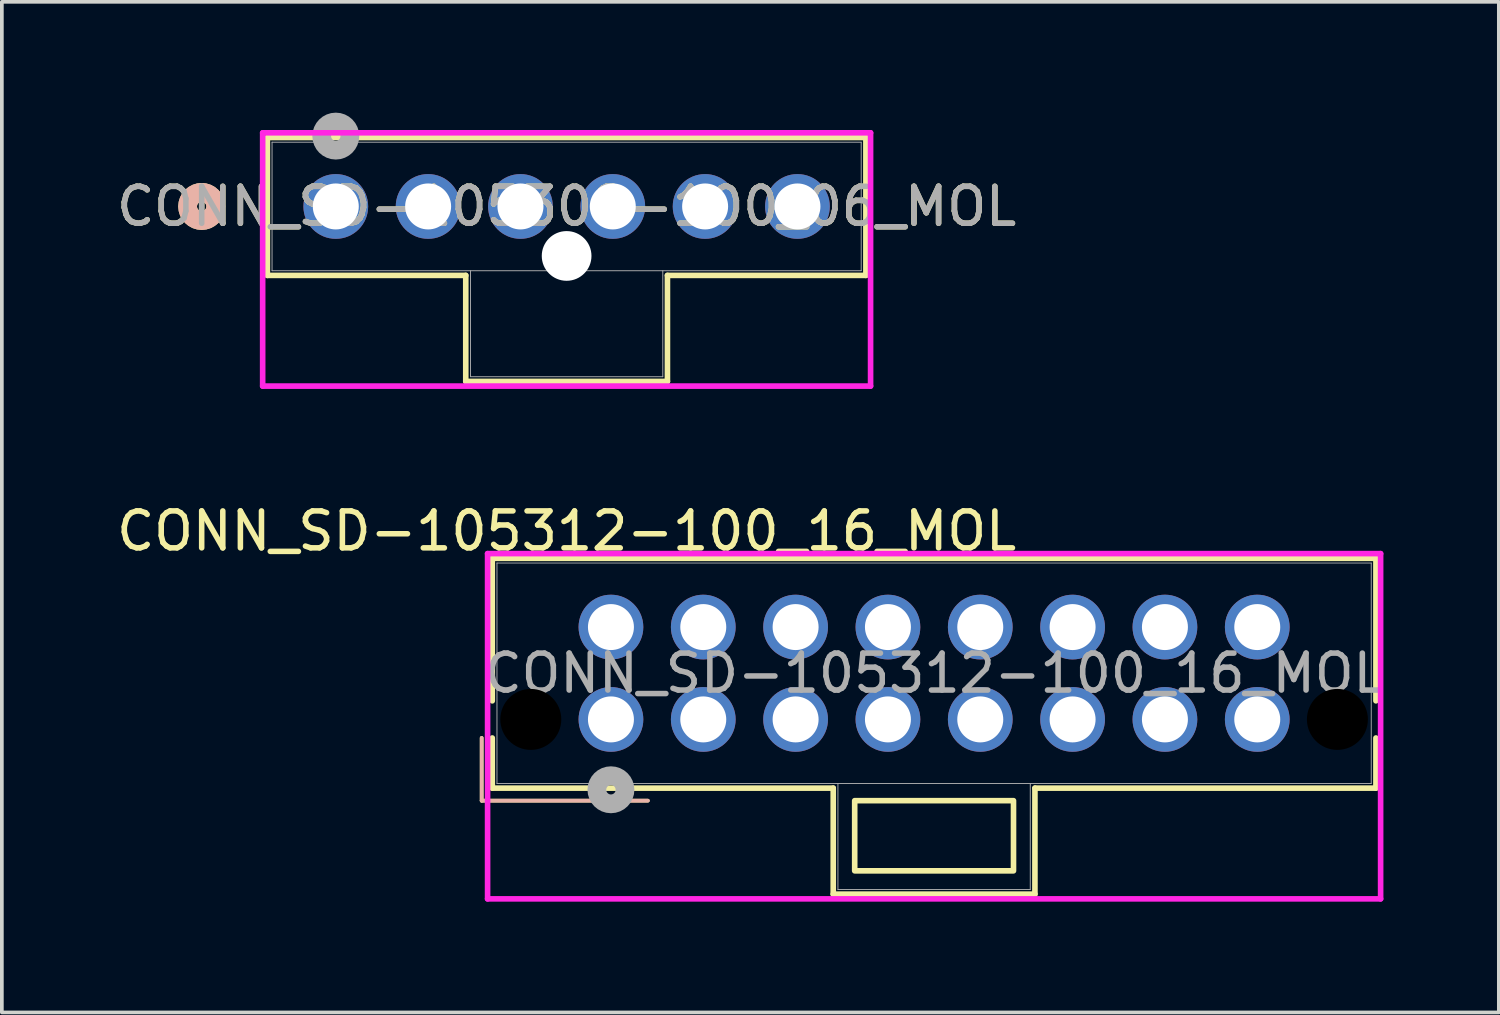
<source format=kicad_pcb>
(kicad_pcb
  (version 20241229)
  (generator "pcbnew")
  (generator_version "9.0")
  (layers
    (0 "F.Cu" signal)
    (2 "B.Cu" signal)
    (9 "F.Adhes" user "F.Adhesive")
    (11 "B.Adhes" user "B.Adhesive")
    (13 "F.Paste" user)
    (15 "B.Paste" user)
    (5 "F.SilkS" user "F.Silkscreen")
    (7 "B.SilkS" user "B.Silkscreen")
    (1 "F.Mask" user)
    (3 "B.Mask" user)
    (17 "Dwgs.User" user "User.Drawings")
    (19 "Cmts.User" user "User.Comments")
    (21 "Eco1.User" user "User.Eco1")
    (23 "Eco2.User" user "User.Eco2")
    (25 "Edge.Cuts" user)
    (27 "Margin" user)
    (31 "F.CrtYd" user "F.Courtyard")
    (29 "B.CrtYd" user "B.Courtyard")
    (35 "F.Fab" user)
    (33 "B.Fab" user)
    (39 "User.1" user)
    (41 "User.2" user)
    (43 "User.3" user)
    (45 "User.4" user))
  (footprint "CONN_SD-105312-100_16_MOL"
    (layer "F.Cu")
    (at 13.492 16.429)
    (property "Reference" "CONN_SD-105312-100_16_MOL" (at -1.2 -5.1 0) (unlocked yes) (layer "F.SilkS") (effects (font (size 1 1) (thickness 0.15))))
    (attr through_hole)
    (fp_line (start -3.5 2.2) (end -3.5 0.5) (stroke (width 0.1) (type default)) (layer "F.SilkS"))
    (fp_line (start -3.5 2.2) (end 1 2.2) (stroke (width 0.1) (type default)) (layer "F.SilkS"))
    (fp_line (start -3.213 -4.362) (end -3.213 -0.503) (stroke (width 0.152) (type solid)) (layer "F.SilkS"))
    (fp_line (start -3.213 0.503) (end -3.213 1.861) (stroke (width 0.152) (type solid)) (layer "F.SilkS"))
    (fp_line (start -3.213 1.861) (end 6.019 1.861) (stroke (width 0.152) (type solid)) (layer "F.SilkS"))
    (fp_line (start 6.019 1.861) (end 6.019 4.732) (stroke (width 0.152) (type solid)) (layer "F.SilkS"))
    (fp_line (start 6.019 4.732) (end 11.48 4.732) (stroke (width 0.152) (type solid)) (layer "F.SilkS"))
    (fp_line (start 11.48 1.861) (end 20.713 1.861) (stroke (width 0.152) (type solid)) (layer "F.SilkS"))
    (fp_line (start 11.48 4.732) (end 11.48 1.861) (stroke (width 0.152) (type solid)) (layer "F.SilkS"))
    (fp_line (start 20.713 -4.362) (end -3.213 -4.362) (stroke (width 0.152) (type solid)) (layer "F.SilkS"))
    (fp_line (start 20.713 -0.503) (end 20.713 -4.362) (stroke (width 0.152) (type solid)) (layer "F.SilkS"))
    (fp_line (start 20.713 1.861) (end 20.713 0.503) (stroke (width 0.152) (type solid)) (layer "F.SilkS"))
    (fp_rect (start 6.6 2.2) (end 10.9 4.1) (stroke (width 0.152) (type solid)) (fill no) (layer "F.SilkS"))
    (fp_line (start -3.5 0.5) (end -3.5 2.2) (stroke (width 0.1) (type default)) (layer "B.SilkS"))
    (fp_line (start -3.5 2.2) (end 1 2.2) (stroke (width 0.1) (type default)) (layer "B.SilkS"))
    (fp_line (start -3.34 -4.489) (end -3.34 4.859) (stroke (width 0.152) (type solid)) (layer "F.CrtYd"))
    (fp_line (start -3.34 4.859) (end 20.84 4.859) (stroke (width 0.152) (type solid)) (layer "F.CrtYd"))
    (fp_line (start 20.84 -4.489) (end -3.34 -4.489) (stroke (width 0.152) (type solid)) (layer "F.CrtYd"))
    (fp_line (start 20.84 4.859) (end 20.84 -4.489) (stroke (width 0.152) (type solid)) (layer "F.CrtYd"))
    (fp_line (start -3.086 -4.234) (end -3.086 1.734) (stroke (width 0.025) (type solid)) (layer "F.Fab"))
    (fp_line (start -3.086 1.734) (end 20.586 1.734) (stroke (width 0.025) (type solid)) (layer "F.Fab"))
    (fp_line (start 6.146 1.734) (end 6.146 4.605) (stroke (width 0.025) (type solid)) (layer "F.Fab"))
    (fp_line (start 6.146 4.605) (end 11.354 4.605) (stroke (width 0.025) (type solid)) (layer "F.Fab"))
    (fp_line (start 11.354 4.605) (end 11.354 1.734) (stroke (width 0.025) (type solid)) (layer "F.Fab"))
    (fp_line (start 20.586 -4.234) (end -3.086 -4.234) (stroke (width 0.025) (type solid)) (layer "F.Fab"))
    (fp_line (start 20.586 1.734) (end 20.586 -4.234) (stroke (width 0.025) (type solid)) (layer "F.Fab"))
    (fp_circle (center 0 1.905) (end 0.381 1.905) (stroke (width 0.508) (type solid)) (fill no) (layer "F.Fab"))
    (fp_text user "${REFERENCE}" (at 8.75 -1.25 0) (unlocked yes) (layer "F.Fab") (effects (font (size 1 1) (thickness 0.15))))
    (pad "" np_thru_hole circle (at -2.17 0) (size 1.651 1.651) (drill 1.651) (layers))
    (pad "" np_thru_hole circle (at 19.67 0) (size 1.651 1.651) (drill 1.651) (layers))
    (pad "1" thru_hole circle (at 0 0) (size 1.753 1.753) (drill 1.245) (layers "*.Cu" "*.Mask"))
    (pad "2" thru_hole circle (at 2.5 0) (size 1.753 1.753) (drill 1.245) (layers "*.Cu" "*.Mask"))
    (pad "3" thru_hole circle (at 5 0) (size 1.753 1.753) (drill 1.245) (layers "*.Cu" "*.Mask"))
    (pad "4" thru_hole circle (at 7.5 0) (size 1.753 1.753) (drill 1.245) (layers "*.Cu" "*.Mask"))
    (pad "5" thru_hole circle (at 10 0) (size 1.753 1.753) (drill 1.245) (layers "*.Cu" "*.Mask"))
    (pad "6" thru_hole circle (at 12.5 0) (size 1.753 1.753) (drill 1.245) (layers "*.Cu" "*.Mask"))
    (pad "7" thru_hole circle (at 15 0) (size 1.753 1.753) (drill 1.245) (layers "*.Cu" "*.Mask"))
    (pad "8" thru_hole circle (at 17.5 0) (size 1.753 1.753) (drill 1.245) (layers "*.Cu" "*.Mask"))
    (pad "9" thru_hole circle (at 0 -2.5) (size 1.753 1.753) (drill 1.245) (layers "*.Cu" "*.Mask"))
    (pad "10" thru_hole circle (at 2.5 -2.5) (size 1.753 1.753) (drill 1.245) (layers "*.Cu" "*.Mask"))
    (pad "11" thru_hole circle (at 5 -2.5) (size 1.753 1.753) (drill 1.245) (layers "*.Cu" "*.Mask"))
    (pad "12" thru_hole circle (at 7.5 -2.5) (size 1.753 1.753) (drill 1.245) (layers "*.Cu" "*.Mask"))
    (pad "13" thru_hole circle (at 10 -2.5) (size 1.753 1.753) (drill 1.245) (layers "*.Cu" "*.Mask"))
    (pad "14" thru_hole circle (at 12.5 -2.5) (size 1.753 1.753) (drill 1.245) (layers "*.Cu" "*.Mask"))
    (pad "15" thru_hole circle (at 15 -2.5) (size 1.753 1.753) (drill 1.245) (layers "*.Cu" "*.Mask"))
    (pad "16" thru_hole circle (at 17.5 -2.5) (size 1.753 1.753) (drill 1.245) (layers "*.Cu" "*.Mask")))
  (footprint "CONN_SD-105309-100_06_MOL"
    (layer "F.Cu")
    (at 6.042 2.54)
    (property "Reference" "CONN_SD-105309-100_06_MOL" (at 6.25 0 0) (unlocked yes) (layer "F.SilkS") (effects (font (size 1 1) (thickness 0.15))))
    (attr through_hole)
    (fp_line (start -1.853 -1.867) (end -1.853 1.867) (stroke (width 0.152) (type solid)) (layer "F.SilkS"))
    (fp_line (start -1.853 1.867) (end 3.519 1.867) (stroke (width 0.152) (type solid)) (layer "F.SilkS"))
    (fp_line (start 3.519 1.867) (end 3.519 4.737) (stroke (width 0.152) (type solid)) (layer "F.SilkS"))
    (fp_line (start 3.519 4.737) (end 8.98 4.737) (stroke (width 0.152) (type solid)) (layer "F.SilkS"))
    (fp_line (start 8.98 1.867) (end 14.353 1.867) (stroke (width 0.152) (type solid)) (layer "F.SilkS"))
    (fp_line (start 8.98 4.737) (end 8.98 1.867) (stroke (width 0.152) (type solid)) (layer "F.SilkS"))
    (fp_line (start 14.353 -1.867) (end -1.853 -1.867) (stroke (width 0.152) (type solid)) (layer "F.SilkS"))
    (fp_line (start 14.353 1.867) (end 14.353 -1.867) (stroke (width 0.152) (type solid)) (layer "F.SilkS"))
    (fp_circle (center -3.631 0) (end -3.25 0) (stroke (width 0.508) (type solid)) (fill no) (layer "F.SilkS"))
    (fp_circle (center -3.631 0) (end -3.25 0) (stroke (width 0.508) (type solid)) (fill no) (layer "B.SilkS"))
    (fp_line (start -1.98 -1.994) (end -1.98 4.864) (stroke (width 0.152) (type solid)) (layer "F.CrtYd"))
    (fp_line (start -1.98 4.864) (end 14.48 4.864) (stroke (width 0.152) (type solid)) (layer "F.CrtYd"))
    (fp_line (start 14.48 -1.994) (end -1.98 -1.994) (stroke (width 0.152) (type solid)) (layer "F.CrtYd"))
    (fp_line (start 14.48 4.864) (end 14.48 -1.994) (stroke (width 0.152) (type solid)) (layer "F.CrtYd"))
    (fp_line (start -1.726 -1.74) (end -1.726 1.74) (stroke (width 0.025) (type solid)) (layer "F.Fab"))
    (fp_line (start -1.726 1.74) (end 14.226 1.74) (stroke (width 0.025) (type solid)) (layer "F.Fab"))
    (fp_line (start 3.647 1.74) (end 3.647 4.61) (stroke (width 0.025) (type solid)) (layer "F.Fab"))
    (fp_line (start 3.647 4.61) (end 8.854 4.61) (stroke (width 0.025) (type solid)) (layer "F.Fab"))
    (fp_line (start 8.854 4.61) (end 8.854 1.74) (stroke (width 0.025) (type solid)) (layer "F.Fab"))
    (fp_line (start 14.226 -1.74) (end -1.726 -1.74) (stroke (width 0.025) (type solid)) (layer "F.Fab"))
    (fp_line (start 14.226 1.74) (end 14.226 -1.74) (stroke (width 0.025) (type solid)) (layer "F.Fab"))
    (fp_circle (center 0 -1.905) (end 0.381 -1.905) (stroke (width 0.508) (type solid)) (fill no) (layer "F.Fab"))
    (fp_text user "${REFERENCE}" (at 6.25 0 0) (unlocked yes) (layer "F.Fab") (effects (font (size 1 1) (thickness 0.15))))
    (pad "" np_thru_hole circle (at 6.25 1.34) (size 1.346 1.346) (drill 1.346) (layers "*.Cu" "*.Mask"))
    (pad "1" thru_hole circle (at 0 0) (size 1.753 1.753) (drill 1.245) (layers "*.Cu" "*.Mask"))
    (pad "2" thru_hole circle (at 2.5 0) (size 1.753 1.753) (drill 1.245) (layers "*.Cu" "*.Mask"))
    (pad "3" thru_hole circle (at 5 0) (size 1.753 1.753) (drill 1.245) (layers "*.Cu" "*.Mask"))
    (pad "4" thru_hole circle (at 7.5 0) (size 1.753 1.753) (drill 1.245) (layers "*.Cu" "*.Mask"))
    (pad "5" thru_hole circle (at 10 0) (size 1.753 1.753) (drill 1.245) (layers "*.Cu" "*.Mask"))
    (pad "6" thru_hole circle (at 12.5 0) (size 1.753 1.753) (drill 1.245) (layers "*.Cu" "*.Mask")))
  (gr_rect
    (start -3 -3)
    (end 37.533 24.363)
    (stroke (width 0.1) (type default))
    (fill no)
    (layer "Edge.Cuts")))
</source>
